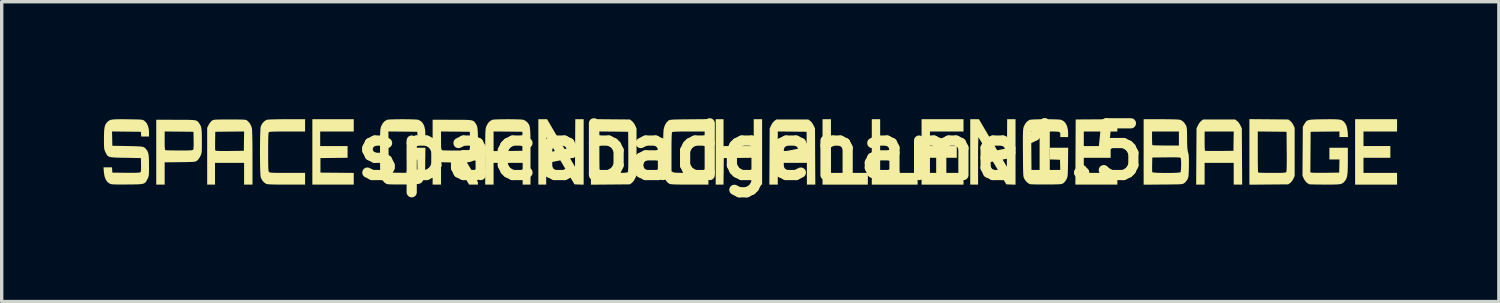
<source format=kicad_pcb>
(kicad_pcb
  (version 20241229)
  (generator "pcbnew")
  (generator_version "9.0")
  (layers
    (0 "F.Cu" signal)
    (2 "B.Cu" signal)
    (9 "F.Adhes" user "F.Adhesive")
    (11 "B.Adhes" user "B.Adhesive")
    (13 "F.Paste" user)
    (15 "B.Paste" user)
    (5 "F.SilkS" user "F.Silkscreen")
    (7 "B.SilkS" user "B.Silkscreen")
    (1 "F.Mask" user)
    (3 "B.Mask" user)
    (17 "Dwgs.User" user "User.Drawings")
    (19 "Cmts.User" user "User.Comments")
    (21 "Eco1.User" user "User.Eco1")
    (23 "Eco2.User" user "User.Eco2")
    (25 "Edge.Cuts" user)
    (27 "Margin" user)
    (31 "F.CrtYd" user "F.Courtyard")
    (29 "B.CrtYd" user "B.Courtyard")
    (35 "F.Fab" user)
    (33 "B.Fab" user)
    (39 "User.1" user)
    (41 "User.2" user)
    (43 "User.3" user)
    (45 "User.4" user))
  (footprint "spacebadgename1.5"
    (layer "F.Cu")
    (at 19.059 1.418)
    (property "Reference" "spacebadgename1.5" (at 0 0 0) (layer "F.SilkS") (effects (font (size 1.524 1.524) (thickness 0.3))))
    (attr board_only exclude_from_pos_files exclude_from_bom)
    (fp_poly (pts (xy 2.374 0.626) (xy 3.461 0.626) (xy 3.461 0.972) (xy 2.126 0.972) (xy 2.126 -0.956) (xy 2.374 -0.956)) (stroke (width 0) (type solid)) (fill yes) (layer "F.SilkS"))
    (fp_poly (pts (xy 3.824 0.626) (xy 4.928 0.626) (xy 4.928 0.972) (xy 3.577 0.972) (xy 3.577 -0.956) (xy 3.824 -0.956)) (stroke (width 0) (type solid)) (fill yes) (layer "F.SilkS"))
    (fp_poly (pts (xy 6.28 -0.593) (xy 5.291 -0.593) (xy 5.291 -0.165) (xy 6.082 -0.165) (xy 6.082 0.181) (xy 5.291 0.181) (xy 5.291 0.626) (xy 6.28 0.626) (xy 6.28 0.972) (xy 5.044 0.972) (xy 5.044 -0.956) (xy 6.28 -0.956)) (stroke (width 0) (type solid)) (fill yes) (layer "F.SilkS"))
    (fp_poly (pts (xy 19.054 -0.593) (xy 18.065 -0.593) (xy 18.065 -0.165) (xy 18.856 -0.165) (xy 18.856 0.181) (xy 18.065 0.181) (xy 18.065 0.626) (xy 19.054 0.626) (xy 19.054 0.972) (xy 17.818 0.972) (xy 17.818 -0.956) (xy 19.054 -0.956)) (stroke (width 0) (type solid)) (fill yes) (layer "F.SilkS"))
    (fp_poly (pts (xy -0.791 -0.165) (xy 0.099 -0.165) (xy 0.099 -0.956) (xy 0.346 -0.956) (xy 0.346 0.972) (xy 0.099 0.972) (xy 0.099 0.181) (xy -0.783 0.19) (xy -0.787 0.581) (xy -0.792 0.972) (xy -1.022 0.972) (xy -1.022 -0.956) (xy -0.791 -0.956)) (stroke (width 0) (type solid)) (fill yes) (layer "F.SilkS"))
    (fp_poly (pts (xy -11.686 -0.593) (xy -12.675 -0.593) (xy -12.675 -0.165) (xy -11.868 -0.165) (xy -11.868 0.181) (xy -12.267 0.185) (xy -12.667 0.19) (xy -12.667 0.618) (xy -12.177 0.622) (xy -11.686 0.627) (xy -11.686 0.972) (xy -12.906 0.972) (xy -12.906 -0.956) (xy -11.686 -0.956)) (stroke (width 0) (type solid)) (fill yes) (layer "F.SilkS"))
    (fp_poly (pts (xy 10.813 -0.593) (xy 9.824 -0.593) (xy 9.824 -0.165) (xy 10.615 -0.165) (xy 10.615 0.181) (xy 9.824 0.181) (xy 9.824 0.626) (xy 10.813 0.626) (xy 10.813 0.972) (xy 9.576 0.972) (xy 9.58 0.012) (xy 9.585 -0.948) (xy 10.199 -0.952) (xy 10.813 -0.956)) (stroke (width 0) (type solid)) (fill yes) (layer "F.SilkS"))
    (fp_poly (pts (xy -5.579 -0.256) (xy -5.167 0.445) (xy -5.163 -0.256) (xy -5.159 -0.956) (xy -4.912 -0.956) (xy -4.912 0.974) (xy -5.047 0.969) (xy -5.183 0.964) (xy -5.587 0.277) (xy -5.668 0.14) (xy -5.744 0.011) (xy -5.813 -0.106) (xy -5.875 -0.209) (xy -5.926 -0.295) (xy -5.966 -0.361) (xy -5.992 -0.404) (xy -6.004 -0.422) (xy -6.004 -0.422) (xy -6.006 -0.409) (xy -6.009 -0.366) (xy -6.011 -0.296) (xy -6.013 -0.204) (xy -6.014 -0.092) (xy -6.016 0.037) (xy -6.016 0.179) (xy -6.016 0.269) (xy -6.016 0.972) (xy -6.247 0.972) (xy -6.247 -0.956) (xy -5.991 -0.956)) (stroke (width 0) (type solid)) (fill yes) (layer "F.SilkS"))
    (fp_poly (pts (xy 7.146 -0.255) (xy 7.557 0.446) (xy 7.562 -0.255) (xy 7.566 -0.956) (xy 7.813 -0.956) (xy 7.813 0.974) (xy 7.677 0.969) (xy 7.541 0.964) (xy 7.137 0.277) (xy 7.056 0.14) (xy 6.981 0.011) (xy 6.911 -0.106) (xy 6.85 -0.209) (xy 6.799 -0.295) (xy 6.759 -0.361) (xy 6.733 -0.404) (xy 6.721 -0.422) (xy 6.721 -0.422) (xy 6.718 -0.409) (xy 6.716 -0.366) (xy 6.714 -0.296) (xy 6.712 -0.204) (xy 6.71 -0.092) (xy 6.709 0.037) (xy 6.709 0.179) (xy 6.709 0.269) (xy 6.709 0.972) (xy 6.478 0.972) (xy 6.478 -0.956) (xy 6.734 -0.956)) (stroke (width 0) (type solid)) (fill yes) (layer "F.SilkS"))
    (fp_poly (pts (xy 1.762 -0.908) (xy 1.805 -0.865) (xy 1.847 -0.803) (xy 1.861 -0.776) (xy 1.904 -0.684) (xy 1.909 0.144) (xy 1.914 0.972) (xy 1.665 0.972) (xy 1.665 0.33) (xy 0.808 0.33) (xy 0.808 0.972) (xy 0.559 0.972) (xy 0.564 0.144) (xy 0.568 -0.594) (xy 0.808 -0.594) (xy 0.808 -0.316) (xy 0.808 -0.224) (xy 0.81 -0.143) (xy 0.813 -0.079) (xy 0.816 -0.039) (xy 0.819 -0.027) (xy 0.838 -0.024) (xy 0.885 -0.022) (xy 0.956 -0.02) (xy 1.047 -0.02) (xy 1.152 -0.02) (xy 1.243 -0.02) (xy 1.657 -0.025) (xy 1.657 -0.585) (xy 0.808 -0.594) (xy 0.568 -0.594) (xy 0.569 -0.684) (xy 0.612 -0.776) (xy 0.65 -0.842) (xy 0.694 -0.894) (xy 0.711 -0.908) (xy 0.766 -0.948) (xy 1.706 -0.948)) (stroke (width 0) (type solid)) (fill yes) (layer "F.SilkS"))
    (fp_poly (pts (xy 14.338 -0.908) (xy 14.382 -0.865) (xy 14.423 -0.803) (xy 14.437 -0.776) (xy 14.48 -0.684) (xy 14.485 0.144) (xy 14.49 0.972) (xy 14.241 0.972) (xy 14.241 0.33) (xy 13.384 0.33) (xy 13.384 0.972) (xy 13.135 0.972) (xy 13.14 0.144) (xy 13.143 -0.316) (xy 13.384 -0.316) (xy 13.385 -0.223) (xy 13.386 -0.143) (xy 13.389 -0.079) (xy 13.392 -0.039) (xy 13.395 -0.027) (xy 13.414 -0.024) (xy 13.462 -0.022) (xy 13.533 -0.02) (xy 13.623 -0.02) (xy 13.728 -0.02) (xy 13.82 -0.02) (xy 14.233 -0.025) (xy 14.237 -0.309) (xy 14.242 -0.593) (xy 13.384 -0.593) (xy 13.384 -0.316) (xy 13.143 -0.316) (xy 13.145 -0.684) (xy 13.188 -0.776) (xy 13.226 -0.842) (xy 13.27 -0.894) (xy 13.287 -0.908) (xy 13.343 -0.948) (xy 14.282 -0.948)) (stroke (width 0) (type solid)) (fill yes) (layer "F.SilkS"))
    (fp_poly (pts (xy 15.275 -0.953) (xy 15.848 -0.948) (xy 15.904 -0.908) (xy 15.945 -0.868) (xy 15.984 -0.812) (xy 15.998 -0.785) (xy 16.037 -0.701) (xy 16.037 0.717) (xy 15.998 0.801) (xy 15.964 0.86) (xy 15.922 0.909) (xy 15.904 0.925) (xy 15.848 0.964) (xy 15.275 0.969) (xy 14.703 0.974) (xy 14.703 -0.594) (xy 14.95 -0.594) (xy 14.95 0.005) (xy 14.95 0.143) (xy 14.951 0.27) (xy 14.952 0.382) (xy 14.954 0.477) (xy 14.956 0.55) (xy 14.958 0.597) (xy 14.961 0.615) (xy 14.98 0.618) (xy 15.027 0.621) (xy 15.098 0.623) (xy 15.188 0.625) (xy 15.292 0.626) (xy 15.371 0.626) (xy 15.502 0.626) (xy 15.603 0.625) (xy 15.678 0.623) (xy 15.731 0.619) (xy 15.765 0.614) (xy 15.784 0.608) (xy 15.789 0.604) (xy 15.794 0.586) (xy 15.798 0.545) (xy 15.801 0.479) (xy 15.803 0.386) (xy 15.804 0.266) (xy 15.804 0.115) (xy 15.803 -0.002) (xy 15.799 -0.585) (xy 14.95 -0.594) (xy 14.703 -0.594) (xy 14.703 -0.958)) (stroke (width 0) (type solid)) (fill yes) (layer "F.SilkS"))
    (fp_poly (pts (xy -4.125 -0.953) (xy -3.552 -0.948) (xy -3.496 -0.908) (xy -3.453 -0.865) (xy -3.411 -0.803) (xy -3.397 -0.776) (xy -3.354 -0.684) (xy -3.354 0.701) (xy -3.397 0.793) (xy -3.436 0.859) (xy -3.48 0.911) (xy -3.496 0.925) (xy -3.552 0.964) (xy -4.125 0.969) (xy -4.698 0.974) (xy -4.698 -0.594) (xy -4.45 -0.594) (xy -4.45 0.005) (xy -4.45 0.143) (xy -4.449 0.27) (xy -4.448 0.382) (xy -4.446 0.477) (xy -4.444 0.55) (xy -4.442 0.597) (xy -4.439 0.615) (xy -4.42 0.618) (xy -4.373 0.621) (xy -4.302 0.623) (xy -4.213 0.625) (xy -4.108 0.626) (xy -4.029 0.626) (xy -3.899 0.626) (xy -3.797 0.625) (xy -3.722 0.623) (xy -3.669 0.619) (xy -3.635 0.614) (xy -3.616 0.608) (xy -3.612 0.604) (xy -3.606 0.586) (xy -3.602 0.545) (xy -3.599 0.479) (xy -3.597 0.386) (xy -3.596 0.266) (xy -3.596 0.115) (xy -3.597 -0.002) (xy -3.601 -0.585) (xy -4.026 -0.59) (xy -4.45 -0.594) (xy -4.698 -0.594) (xy -4.698 -0.958)) (stroke (width 0) (type solid)) (fill yes) (layer "F.SilkS"))
    (fp_poly (pts (xy -7.095 -0.955) (xy -6.986 -0.954) (xy -6.885 -0.952) (xy -6.798 -0.949) (xy -6.731 -0.945) (xy -6.691 -0.939) (xy -6.688 -0.939) (xy -6.636 -0.915) (xy -6.586 -0.878) (xy -6.577 -0.869) (xy -6.556 -0.845) (xy -6.538 -0.822) (xy -6.523 -0.797) (xy -6.51 -0.767) (xy -6.5 -0.728) (xy -6.493 -0.679) (xy -6.487 -0.616) (xy -6.483 -0.536) (xy -6.48 -0.437) (xy -6.479 -0.315) (xy -6.478 -0.168) (xy -6.478 0.007) (xy -6.478 0.151) (xy -6.478 0.972) (xy -6.709 0.972) (xy -6.709 0.33) (xy -7.566 0.33) (xy -7.566 0.972) (xy -7.813 0.972) (xy -7.813 0.157) (xy -7.813 -0.028) (xy -7.813 -0.184) (xy -7.812 -0.313) (xy -7.811 -0.418) (xy -7.81 -0.502) (xy -7.808 -0.568) (xy -7.806 -0.594) (xy -7.566 -0.594) (xy -7.566 -0.016) (xy -7.141 -0.02) (xy -6.717 -0.025) (xy -6.717 -0.585) (xy -7.141 -0.59) (xy -7.566 -0.594) (xy -7.806 -0.594) (xy -7.805 -0.619) (xy -7.801 -0.658) (xy -7.797 -0.689) (xy -7.791 -0.713) (xy -7.784 -0.735) (xy -7.78 -0.746) (xy -7.732 -0.838) (xy -7.669 -0.904) (xy -7.597 -0.94) (xy -7.562 -0.945) (xy -7.499 -0.949) (xy -7.415 -0.952) (xy -7.316 -0.954) (xy -7.207 -0.955)) (stroke (width 0) (type solid)) (fill yes) (layer "F.SilkS"))
    (fp_poly (pts (xy -15.205 -0.948) (xy -15.097 -0.947) (xy -15.013 -0.946) (xy -14.951 -0.944) (xy -14.906 -0.941) (xy -14.875 -0.937) (xy -14.853 -0.93) (xy -14.836 -0.922) (xy -14.823 -0.913) (xy -14.752 -0.84) (xy -14.703 -0.745) (xy -14.687 -0.691) (xy -14.683 -0.652) (xy -14.679 -0.582) (xy -14.676 -0.482) (xy -14.673 -0.353) (xy -14.671 -0.197) (xy -14.67 -0.016) (xy -14.67 0.182) (xy -14.67 0.972) (xy -14.917 0.972) (xy -14.917 0.33) (xy -15.774 0.33) (xy -15.774 0.972) (xy -16.005 0.972) (xy -16.005 -0.231) (xy -15.771 -0.231) (xy -15.771 -0.151) (xy -15.77 -0.088) (xy -15.768 -0.048) (xy -15.767 -0.037) (xy -15.758 -0.031) (xy -15.734 -0.026) (xy -15.694 -0.022) (xy -15.632 -0.02) (xy -15.546 -0.019) (xy -15.433 -0.019) (xy -15.342 -0.02) (xy -14.925 -0.025) (xy -14.921 -0.309) (xy -14.916 -0.594) (xy -15.341 -0.59) (xy -15.766 -0.585) (xy -15.77 -0.322) (xy -15.771 -0.231) (xy -16.005 -0.231) (xy -16.005 -0.702) (xy -15.962 -0.788) (xy -15.929 -0.843) (xy -15.889 -0.891) (xy -15.867 -0.911) (xy -15.851 -0.921) (xy -15.834 -0.93) (xy -15.813 -0.936) (xy -15.782 -0.941) (xy -15.738 -0.944) (xy -15.678 -0.946) (xy -15.597 -0.947) (xy -15.492 -0.948) (xy -15.357 -0.948) (xy -15.343 -0.948)) (stroke (width 0) (type solid)) (fill yes) (layer "F.SilkS"))
    (fp_poly (pts (xy -1.236 -0.593) (xy -1.76 -0.593) (xy -1.919 -0.593) (xy -2.046 -0.592) (xy -2.145 -0.59) (xy -2.219 -0.587) (xy -2.268 -0.583) (xy -2.296 -0.578) (xy -2.304 -0.574) (xy -2.31 -0.558) (xy -2.315 -0.524) (xy -2.318 -0.467) (xy -2.321 -0.387) (xy -2.323 -0.28) (xy -2.324 -0.144) (xy -2.324 0.011) (xy -2.324 0.575) (xy -2.287 0.601) (xy -2.273 0.608) (xy -2.25 0.614) (xy -2.216 0.618) (xy -2.166 0.622) (xy -2.098 0.624) (xy -2.007 0.625) (xy -1.891 0.626) (xy -1.745 0.626) (xy -1.236 0.626) (xy -1.236 0.972) (xy -1.784 0.972) (xy -1.944 0.971) (xy -2.073 0.97) (xy -2.176 0.968) (xy -2.255 0.965) (xy -2.313 0.962) (xy -2.354 0.957) (xy -2.379 0.951) (xy -2.384 0.949) (xy -2.447 0.904) (xy -2.501 0.834) (xy -2.539 0.744) (xy -2.549 0.703) (xy -2.555 0.658) (xy -2.56 0.585) (xy -2.564 0.489) (xy -2.567 0.375) (xy -2.57 0.248) (xy -2.571 0.112) (xy -2.572 -0.027) (xy -2.571 -0.165) (xy -2.57 -0.296) (xy -2.568 -0.415) (xy -2.565 -0.519) (xy -2.56 -0.601) (xy -2.555 -0.657) (xy -2.554 -0.667) (xy -2.523 -0.77) (xy -2.475 -0.855) (xy -2.412 -0.916) (xy -2.398 -0.925) (xy -2.38 -0.931) (xy -2.355 -0.937) (xy -2.32 -0.941) (xy -2.271 -0.945) (xy -2.204 -0.947) (xy -2.116 -0.949) (xy -2.004 -0.951) (xy -1.864 -0.952) (xy -1.801 -0.953) (xy -1.236 -0.958)) (stroke (width 0) (type solid)) (fill yes) (layer "F.SilkS"))
    (fp_poly (pts (xy -16.932 -0.939) (xy -16.773 -0.939) (xy -16.644 -0.938) (xy -16.541 -0.937) (xy -16.461 -0.934) (xy -16.4 -0.929) (xy -16.354 -0.922) (xy -16.32 -0.912) (xy -16.296 -0.899) (xy -16.276 -0.882) (xy -16.258 -0.86) (xy -16.245 -0.842) (xy -16.219 -0.804) (xy -16.199 -0.766) (xy -16.184 -0.725) (xy -16.174 -0.673) (xy -16.167 -0.607) (xy -16.163 -0.522) (xy -16.162 -0.413) (xy -16.161 -0.313) (xy -16.162 -0.196) (xy -16.162 -0.107) (xy -16.164 -0.04) (xy -16.167 0.01) (xy -16.173 0.047) (xy -16.181 0.077) (xy -16.192 0.106) (xy -16.205 0.133) (xy -16.243 0.199) (xy -16.287 0.251) (xy -16.303 0.265) (xy -16.321 0.277) (xy -16.338 0.286) (xy -16.361 0.293) (xy -16.391 0.299) (xy -16.435 0.302) (xy -16.495 0.305) (xy -16.576 0.307) (xy -16.682 0.309) (xy -16.808 0.31) (xy -17.257 0.315) (xy -17.257 0.972) (xy -17.505 0.972) (xy -17.505 -0.594) (xy -17.257 -0.594) (xy -17.257 -0.323) (xy -17.257 -0.215) (xy -17.254 -0.136) (xy -17.25 -0.083) (xy -17.244 -0.054) (xy -17.237 -0.044) (xy -17.215 -0.041) (xy -17.165 -0.039) (xy -17.092 -0.037) (xy -17.001 -0.036) (xy -16.896 -0.035) (xy -16.827 -0.034) (xy -16.698 -0.034) (xy -16.599 -0.035) (xy -16.526 -0.037) (xy -16.475 -0.04) (xy -16.442 -0.045) (xy -16.423 -0.052) (xy -16.418 -0.056) (xy -16.41 -0.082) (xy -16.405 -0.137) (xy -16.403 -0.223) (xy -16.404 -0.332) (xy -16.409 -0.585) (xy -17.257 -0.594) (xy -17.505 -0.594) (xy -17.505 -0.94)) (stroke (width 0) (type solid)) (fill yes) (layer "F.SilkS"))
    (fp_poly (pts (xy 17.23 -0.954) (xy 17.302 -0.95) (xy 17.357 -0.944) (xy 17.398 -0.935) (xy 17.43 -0.923) (xy 17.457 -0.907) (xy 17.479 -0.889) (xy 17.532 -0.827) (xy 17.569 -0.746) (xy 17.592 -0.642) (xy 17.6 -0.565) (xy 17.608 -0.429) (xy 17.356 -0.429) (xy 17.356 -0.594) (xy 16.508 -0.585) (xy 16.499 0.609) (xy 16.536 0.618) (xy 16.563 0.621) (xy 16.617 0.622) (xy 16.694 0.624) (xy 16.789 0.624) (xy 16.896 0.623) (xy 16.961 0.623) (xy 17.348 0.618) (xy 17.353 0.424) (xy 17.357 0.231) (xy 17.06 0.231) (xy 17.06 -0.115) (xy 17.604 -0.115) (xy 17.604 0.269) (xy 17.603 0.415) (xy 17.6 0.533) (xy 17.595 0.627) (xy 17.586 0.701) (xy 17.573 0.759) (xy 17.555 0.805) (xy 17.532 0.845) (xy 17.509 0.875) (xy 17.484 0.903) (xy 17.459 0.925) (xy 17.429 0.941) (xy 17.391 0.954) (xy 17.34 0.962) (xy 17.272 0.967) (xy 17.183 0.97) (xy 17.07 0.971) (xy 16.928 0.971) (xy 16.924 0.971) (xy 16.807 0.97) (xy 16.7 0.969) (xy 16.608 0.967) (xy 16.535 0.965) (xy 16.486 0.963) (xy 16.466 0.961) (xy 16.393 0.916) (xy 16.333 0.845) (xy 16.307 0.798) (xy 16.267 0.711) (xy 16.272 -0.011) (xy 16.277 -0.733) (xy 16.321 -0.809) (xy 16.346 -0.85) (xy 16.368 -0.881) (xy 16.393 -0.905) (xy 16.425 -0.923) (xy 16.469 -0.935) (xy 16.527 -0.943) (xy 16.605 -0.948) (xy 16.706 -0.951) (xy 16.835 -0.953) (xy 16.87 -0.953) (xy 17.018 -0.955) (xy 17.136 -0.955)) (stroke (width 0) (type solid)) (fill yes) (layer "F.SilkS"))
    (fp_poly (pts (xy -8.789 -0.939) (xy -8.631 -0.939) (xy -8.502 -0.938) (xy -8.399 -0.937) (xy -8.318 -0.934) (xy -8.257 -0.929) (xy -8.211 -0.922) (xy -8.178 -0.912) (xy -8.153 -0.899) (xy -8.133 -0.881) (xy -8.116 -0.86) (xy -8.102 -0.841) (xy -8.079 -0.807) (xy -8.061 -0.771) (xy -8.048 -0.729) (xy -8.039 -0.675) (xy -8.033 -0.606) (xy -8.029 -0.517) (xy -8.028 -0.402) (xy -8.027 -0.305) (xy -8.028 -0.186) (xy -8.028 -0.095) (xy -8.03 -0.026) (xy -8.034 0.024) (xy -8.039 0.062) (xy -8.046 0.093) (xy -8.057 0.12) (xy -8.067 0.142) (xy -8.118 0.224) (xy -8.185 0.278) (xy -8.27 0.306) (xy -8.279 0.307) (xy -8.352 0.317) (xy -8.19 0.591) (xy -8.125 0.703) (xy -8.078 0.789) (xy -8.047 0.854) (xy -8.03 0.899) (xy -8.027 0.919) (xy -8.027 0.972) (xy -8.287 0.972) (xy -8.477 0.647) (xy -8.666 0.321) (xy -8.891 0.317) (xy -9.115 0.312) (xy -9.115 0.972) (xy -9.362 0.972) (xy -9.362 -0.594) (xy -9.115 -0.594) (xy -9.115 -0.324) (xy -9.114 -0.233) (xy -9.113 -0.154) (xy -9.11 -0.092) (xy -9.107 -0.054) (xy -9.104 -0.044) (xy -9.085 -0.041) (xy -9.038 -0.038) (xy -8.967 -0.036) (xy -8.877 -0.034) (xy -8.773 -0.033) (xy -8.694 -0.033) (xy -8.564 -0.033) (xy -8.463 -0.034) (xy -8.388 -0.037) (xy -8.335 -0.04) (xy -8.301 -0.045) (xy -8.281 -0.051) (xy -8.276 -0.056) (xy -8.268 -0.082) (xy -8.263 -0.137) (xy -8.261 -0.223) (xy -8.262 -0.332) (xy -8.266 -0.585) (xy -9.115 -0.594) (xy -9.362 -0.594) (xy -9.362 -0.94)) (stroke (width 0) (type solid)) (fill yes) (layer "F.SilkS"))
    (fp_poly (pts (xy -13.12 -0.593) (xy -13.644 -0.593) (xy -13.803 -0.593) (xy -13.93 -0.592) (xy -14.03 -0.59) (xy -14.103 -0.587) (xy -14.152 -0.583) (xy -14.181 -0.578) (xy -14.188 -0.574) (xy -14.194 -0.558) (xy -14.199 -0.524) (xy -14.202 -0.467) (xy -14.205 -0.387) (xy -14.207 -0.28) (xy -14.208 -0.144) (xy -14.208 0.01) (xy -14.208 0.164) (xy -14.207 0.288) (xy -14.206 0.386) (xy -14.204 0.46) (xy -14.202 0.515) (xy -14.198 0.553) (xy -14.193 0.579) (xy -14.187 0.594) (xy -14.182 0.6) (xy -14.171 0.608) (xy -14.153 0.614) (xy -14.123 0.618) (xy -14.078 0.621) (xy -14.015 0.624) (xy -13.93 0.625) (xy -13.821 0.626) (xy -13.682 0.626) (xy -13.638 0.626) (xy -13.12 0.626) (xy -13.12 0.972) (xy -13.668 0.972) (xy -13.829 0.971) (xy -13.96 0.97) (xy -14.064 0.968) (xy -14.143 0.965) (xy -14.201 0.961) (xy -14.241 0.956) (xy -14.265 0.95) (xy -14.267 0.949) (xy -14.329 0.907) (xy -14.384 0.843) (xy -14.424 0.766) (xy -14.425 0.763) (xy -14.431 0.729) (xy -14.436 0.666) (xy -14.441 0.58) (xy -14.444 0.473) (xy -14.447 0.351) (xy -14.448 0.219) (xy -14.449 0.079) (xy -14.449 -0.062) (xy -14.448 -0.202) (xy -14.446 -0.335) (xy -14.444 -0.457) (xy -14.44 -0.563) (xy -14.436 -0.65) (xy -14.431 -0.713) (xy -14.425 -0.747) (xy -14.425 -0.747) (xy -14.386 -0.823) (xy -14.332 -0.886) (xy -14.27 -0.929) (xy -14.244 -0.939) (xy -14.211 -0.944) (xy -14.149 -0.947) (xy -14.061 -0.951) (xy -13.952 -0.953) (xy -13.824 -0.955) (xy -13.682 -0.956) (xy -13.652 -0.956) (xy -13.12 -0.956)) (stroke (width 0) (type solid)) (fill yes) (layer "F.SilkS"))
    (fp_poly (pts (xy -10.194 -0.955) (xy -10.084 -0.954) (xy -9.983 -0.952) (xy -9.897 -0.949) (xy -9.83 -0.945) (xy -9.79 -0.939) (xy -9.787 -0.939) (xy -9.71 -0.901) (xy -9.649 -0.836) (xy -9.606 -0.747) (xy -9.582 -0.637) (xy -9.577 -0.549) (xy -9.577 -0.429) (xy -9.805 -0.429) (xy -9.81 -0.507) (xy -9.816 -0.585) (xy -10.24 -0.59) (xy -10.665 -0.594) (xy -10.66 0.012) (xy -10.656 0.618) (xy -10.254 0.623) (xy -10.114 0.624) (xy -10.004 0.623) (xy -9.923 0.621) (xy -9.868 0.617) (xy -9.837 0.611) (xy -9.829 0.608) (xy -9.819 0.59) (xy -9.812 0.557) (xy -9.81 0.501) (xy -9.811 0.418) (xy -9.811 0.414) (xy -9.816 0.239) (xy -9.968 0.234) (xy -10.12 0.23) (xy -10.12 -0.115) (xy -9.575 -0.115) (xy -9.58 0.317) (xy -9.585 0.75) (xy -9.629 0.826) (xy -9.652 0.865) (xy -9.674 0.895) (xy -9.698 0.919) (xy -9.728 0.937) (xy -9.768 0.949) (xy -9.822 0.957) (xy -9.895 0.962) (xy -9.989 0.965) (xy -10.11 0.967) (xy -10.219 0.968) (xy -10.364 0.968) (xy -10.487 0.967) (xy -10.587 0.965) (xy -10.66 0.962) (xy -10.704 0.957) (xy -10.714 0.955) (xy -10.784 0.909) (xy -10.843 0.837) (xy -10.879 0.763) (xy -10.887 0.739) (xy -10.894 0.714) (xy -10.899 0.684) (xy -10.903 0.647) (xy -10.906 0.597) (xy -10.909 0.533) (xy -10.91 0.451) (xy -10.911 0.346) (xy -10.911 0.217) (xy -10.912 0.059) (xy -10.912 0.008) (xy -10.912 -0.159) (xy -10.911 -0.296) (xy -10.91 -0.407) (xy -10.909 -0.495) (xy -10.907 -0.564) (xy -10.904 -0.618) (xy -10.9 -0.658) (xy -10.895 -0.69) (xy -10.889 -0.716) (xy -10.881 -0.74) (xy -10.879 -0.746) (xy -10.831 -0.838) (xy -10.768 -0.904) (xy -10.696 -0.94) (xy -10.66 -0.945) (xy -10.598 -0.949) (xy -10.514 -0.952) (xy -10.414 -0.954) (xy -10.306 -0.955)) (stroke (width 0) (type solid)) (fill yes) (layer "F.SilkS"))
    (fp_poly (pts (xy 8.857 -0.954) (xy 8.958 -0.952) (xy 9.045 -0.949) (xy 9.111 -0.945) (xy 9.15 -0.939) (xy 9.152 -0.939) (xy 9.229 -0.901) (xy 9.29 -0.836) (xy 9.333 -0.747) (xy 9.357 -0.637) (xy 9.362 -0.549) (xy 9.362 -0.429) (xy 9.131 -0.429) (xy 9.131 -0.485) (xy 9.132 -0.517) (xy 9.13 -0.543) (xy 9.122 -0.562) (xy 9.105 -0.575) (xy 9.075 -0.584) (xy 9.028 -0.59) (xy 8.961 -0.592) (xy 8.87 -0.593) (xy 8.751 -0.593) (xy 8.693 -0.593) (xy 8.274 -0.593) (xy 8.283 0.618) (xy 8.684 0.623) (xy 8.825 0.624) (xy 8.934 0.623) (xy 9.016 0.621) (xy 9.071 0.617) (xy 9.102 0.611) (xy 9.109 0.608) (xy 9.12 0.59) (xy 9.127 0.557) (xy 9.129 0.501) (xy 9.128 0.418) (xy 9.128 0.414) (xy 9.123 0.239) (xy 8.971 0.234) (xy 8.818 0.23) (xy 8.818 -0.115) (xy 9.364 -0.115) (xy 9.359 0.309) (xy 9.357 0.439) (xy 9.355 0.54) (xy 9.353 0.618) (xy 9.35 0.676) (xy 9.345 0.719) (xy 9.339 0.751) (xy 9.331 0.777) (xy 9.32 0.802) (xy 9.315 0.812) (xy 9.282 0.865) (xy 9.243 0.912) (xy 9.225 0.927) (xy 9.208 0.938) (xy 9.191 0.947) (xy 9.168 0.953) (xy 9.135 0.958) (xy 9.09 0.962) (xy 9.027 0.964) (xy 8.942 0.966) (xy 8.832 0.967) (xy 8.719 0.968) (xy 8.574 0.968) (xy 8.451 0.967) (xy 8.351 0.965) (xy 8.278 0.962) (xy 8.234 0.957) (xy 8.225 0.954) (xy 8.154 0.908) (xy 8.091 0.834) (xy 8.071 0.799) (xy 8.062 0.782) (xy 8.055 0.764) (xy 8.049 0.742) (xy 8.044 0.711) (xy 8.041 0.671) (xy 8.038 0.616) (xy 8.036 0.544) (xy 8.034 0.451) (xy 8.033 0.335) (xy 8.032 0.191) (xy 8.031 0.043) (xy 8.029 -0.129) (xy 8.029 -0.272) (xy 8.029 -0.388) (xy 8.03 -0.481) (xy 8.032 -0.554) (xy 8.034 -0.611) (xy 8.038 -0.654) (xy 8.042 -0.687) (xy 8.048 -0.714) (xy 8.053 -0.729) (xy 8.093 -0.815) (xy 8.149 -0.885) (xy 8.213 -0.93) (xy 8.239 -0.939) (xy 8.276 -0.944) (xy 8.34 -0.949) (xy 8.425 -0.952) (xy 8.525 -0.954) (xy 8.634 -0.955) (xy 8.747 -0.955)) (stroke (width 0) (type solid)) (fill yes) (layer "F.SilkS"))
    (fp_poly (pts (xy 12.224 -0.955) (xy 12.345 -0.954) (xy 12.453 -0.952) (xy 12.543 -0.949) (xy 12.61 -0.945) (xy 12.651 -0.941) (xy 12.657 -0.94) (xy 12.733 -0.902) (xy 12.798 -0.834) (xy 12.829 -0.783) (xy 12.842 -0.758) (xy 12.851 -0.731) (xy 12.857 -0.697) (xy 12.862 -0.652) (xy 12.865 -0.589) (xy 12.866 -0.503) (xy 12.868 -0.39) (xy 12.868 -0.389) (xy 12.869 -0.263) (xy 12.872 -0.166) (xy 12.877 -0.091) (xy 12.884 -0.034) (xy 12.893 0.011) (xy 12.898 0.027) (xy 12.908 0.064) (xy 12.915 0.107) (xy 12.919 0.162) (xy 12.921 0.233) (xy 12.921 0.327) (xy 12.92 0.432) (xy 12.918 0.544) (xy 12.915 0.628) (xy 12.911 0.69) (xy 12.906 0.735) (xy 12.899 0.768) (xy 12.889 0.796) (xy 12.878 0.819) (xy 12.842 0.871) (xy 12.799 0.916) (xy 12.787 0.926) (xy 12.772 0.936) (xy 12.756 0.944) (xy 12.737 0.951) (xy 12.709 0.956) (xy 12.671 0.96) (xy 12.618 0.963) (xy 12.546 0.965) (xy 12.453 0.966) (xy 12.334 0.968) (xy 12.186 0.969) (xy 12.16 0.969) (xy 11.587 0.974) (xy 11.587 0.459) (xy 11.837 0.459) (xy 11.837 0.528) (xy 11.839 0.579) (xy 11.842 0.604) (xy 11.842 0.605) (xy 11.86 0.612) (xy 11.906 0.617) (xy 11.974 0.622) (xy 12.059 0.625) (xy 12.154 0.627) (xy 12.255 0.628) (xy 12.356 0.628) (xy 12.452 0.626) (xy 12.537 0.623) (xy 12.606 0.618) (xy 12.653 0.613) (xy 12.672 0.607) (xy 12.68 0.583) (xy 12.686 0.534) (xy 12.69 0.469) (xy 12.692 0.396) (xy 12.692 0.323) (xy 12.689 0.258) (xy 12.684 0.208) (xy 12.678 0.185) (xy 12.666 0.178) (xy 12.639 0.173) (xy 12.592 0.17) (xy 12.523 0.168) (xy 12.428 0.167) (xy 12.305 0.168) (xy 12.254 0.169) (xy 11.843 0.173) (xy 11.838 0.378) (xy 11.837 0.459) (xy 11.587 0.459) (xy 11.587 -0.398) (xy 11.835 -0.398) (xy 11.836 -0.321) (xy 11.838 -0.257) (xy 11.841 -0.211) (xy 11.846 -0.192) (xy 11.865 -0.189) (xy 11.912 -0.186) (xy 11.982 -0.184) (xy 12.072 -0.182) (xy 12.175 -0.181) (xy 12.241 -0.181) (xy 12.626 -0.181) (xy 12.626 -0.593) (xy 11.835 -0.593) (xy 11.835 -0.398) (xy 11.587 -0.398) (xy 11.587 -0.956) (xy 12.094 -0.956)) (stroke (width 0) (type solid)) (fill yes) (layer "F.SilkS"))
    (fp_poly (pts (xy -18.458 -0.955) (xy -18.321 -0.953) (xy -18.193 -0.951) (xy -18.095 -0.95) (xy -18.021 -0.947) (xy -17.966 -0.944) (xy -17.928 -0.94) (xy -17.9 -0.934) (xy -17.88 -0.925) (xy -17.862 -0.915) (xy -17.853 -0.908) (xy -17.79 -0.843) (xy -17.746 -0.754) (xy -17.723 -0.644) (xy -17.719 -0.573) (xy -17.719 -0.445) (xy -17.948 -0.445) (xy -17.953 -0.515) (xy -17.958 -0.585) (xy -18.808 -0.594) (xy -18.803 -0.384) (xy -18.799 -0.173) (xy -18.354 -0.165) (xy -18.214 -0.162) (xy -18.103 -0.159) (xy -18.018 -0.155) (xy -17.953 -0.15) (xy -17.905 -0.142) (xy -17.87 -0.13) (xy -17.844 -0.115) (xy -17.823 -0.095) (xy -17.802 -0.07) (xy -17.796 -0.062) (xy -17.77 -0.024) (xy -17.751 0.016) (xy -17.737 0.061) (xy -17.728 0.119) (xy -17.722 0.193) (xy -17.72 0.29) (xy -17.719 0.412) (xy -17.719 0.52) (xy -17.72 0.601) (xy -17.722 0.66) (xy -17.727 0.703) (xy -17.734 0.737) (xy -17.744 0.766) (xy -17.758 0.796) (xy -17.764 0.808) (xy -17.787 0.851) (xy -17.807 0.886) (xy -17.83 0.913) (xy -17.859 0.932) (xy -17.898 0.947) (xy -17.951 0.956) (xy -18.021 0.962) (xy -18.114 0.965) (xy -18.231 0.967) (xy -18.359 0.968) (xy -18.503 0.969) (xy -18.618 0.969) (xy -18.706 0.967) (xy -18.772 0.965) (xy -18.819 0.96) (xy -18.851 0.954) (xy -18.865 0.95) (xy -18.938 0.9) (xy -18.993 0.826) (xy -19.03 0.725) (xy -19.049 0.598) (xy -19.05 0.59) (xy -19.059 0.462) (xy -18.809 0.462) (xy -18.799 0.618) (xy -18.397 0.623) (xy -18.256 0.624) (xy -18.147 0.623) (xy -18.065 0.621) (xy -18.01 0.617) (xy -17.979 0.611) (xy -17.972 0.608) (xy -17.962 0.592) (xy -17.955 0.56) (xy -17.953 0.508) (xy -17.953 0.431) (xy -17.953 0.389) (xy -17.958 0.19) (xy -18.412 0.181) (xy -18.555 0.179) (xy -18.669 0.176) (xy -18.758 0.171) (xy -18.826 0.165) (xy -18.876 0.155) (xy -18.913 0.14) (xy -18.94 0.12) (xy -18.961 0.093) (xy -18.981 0.058) (xy -18.999 0.021) (xy -19.016 -0.013) (xy -19.028 -0.044) (xy -19.036 -0.076) (xy -19.041 -0.115) (xy -19.044 -0.168) (xy -19.046 -0.24) (xy -19.046 -0.337) (xy -19.046 -0.379) (xy -19.045 -0.511) (xy -19.04 -0.616) (xy -19.031 -0.697) (xy -19.017 -0.76) (xy -18.997 -0.809) (xy -18.968 -0.85) (xy -18.931 -0.887) (xy -18.93 -0.888) (xy -18.905 -0.908) (xy -18.878 -0.924) (xy -18.846 -0.936) (xy -18.803 -0.945) (xy -18.747 -0.95) (xy -18.674 -0.954) (xy -18.579 -0.955)) (stroke (width 0) (type solid)) (fill yes) (layer "F.SilkS")))
  (gr_rect
    (start -3 -3)
    (end 41.113 5.836)
    (stroke (width 0.1) (type default))
    (fill no)
    (layer "Edge.Cuts")))
</source>
